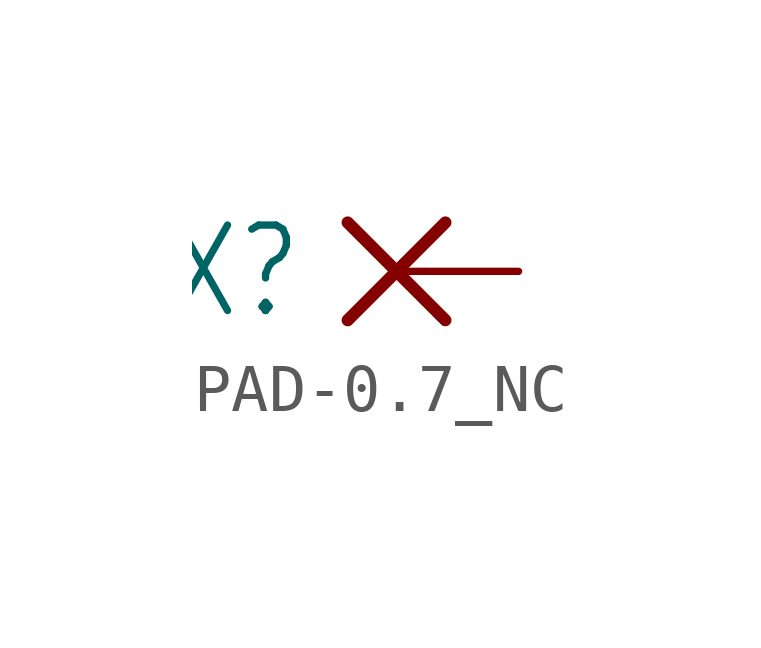
<source format=kicad_sym>
(kicad_symbol_lib
  (version 20231120)
  (generator "kicad_symbol_editor")
  (generator_version "8.0")
  (symbol "PAD-0.7_NC"
    (property "Reference" "X"
      (at -1.905 0 0)
      (effects (font (size 1.778 1.511)) (justify right)))
    (property "ki_locked" ""
      (at 0 0 0)
      (effects (font (size 1.27 1.27))))
    (symbol "PAD-0.7_NC_1_0"
      (polyline (pts (xy -1.016 -1.016) (xy 1.016 1.016)) (stroke (width 0.254) (type solid)) (fill (type none)))
      (polyline (pts (xy -1.016 1.016) (xy 1.016 -1.016)) (stroke (width 0.254) (type solid)) (fill (type none)))
      (pin passive line (at 2.54 0 180) (length 2.54) (name "P" (effects (font (size 0 0)))) (number "1" (effects (font (size 0 0))))))))
</source>
